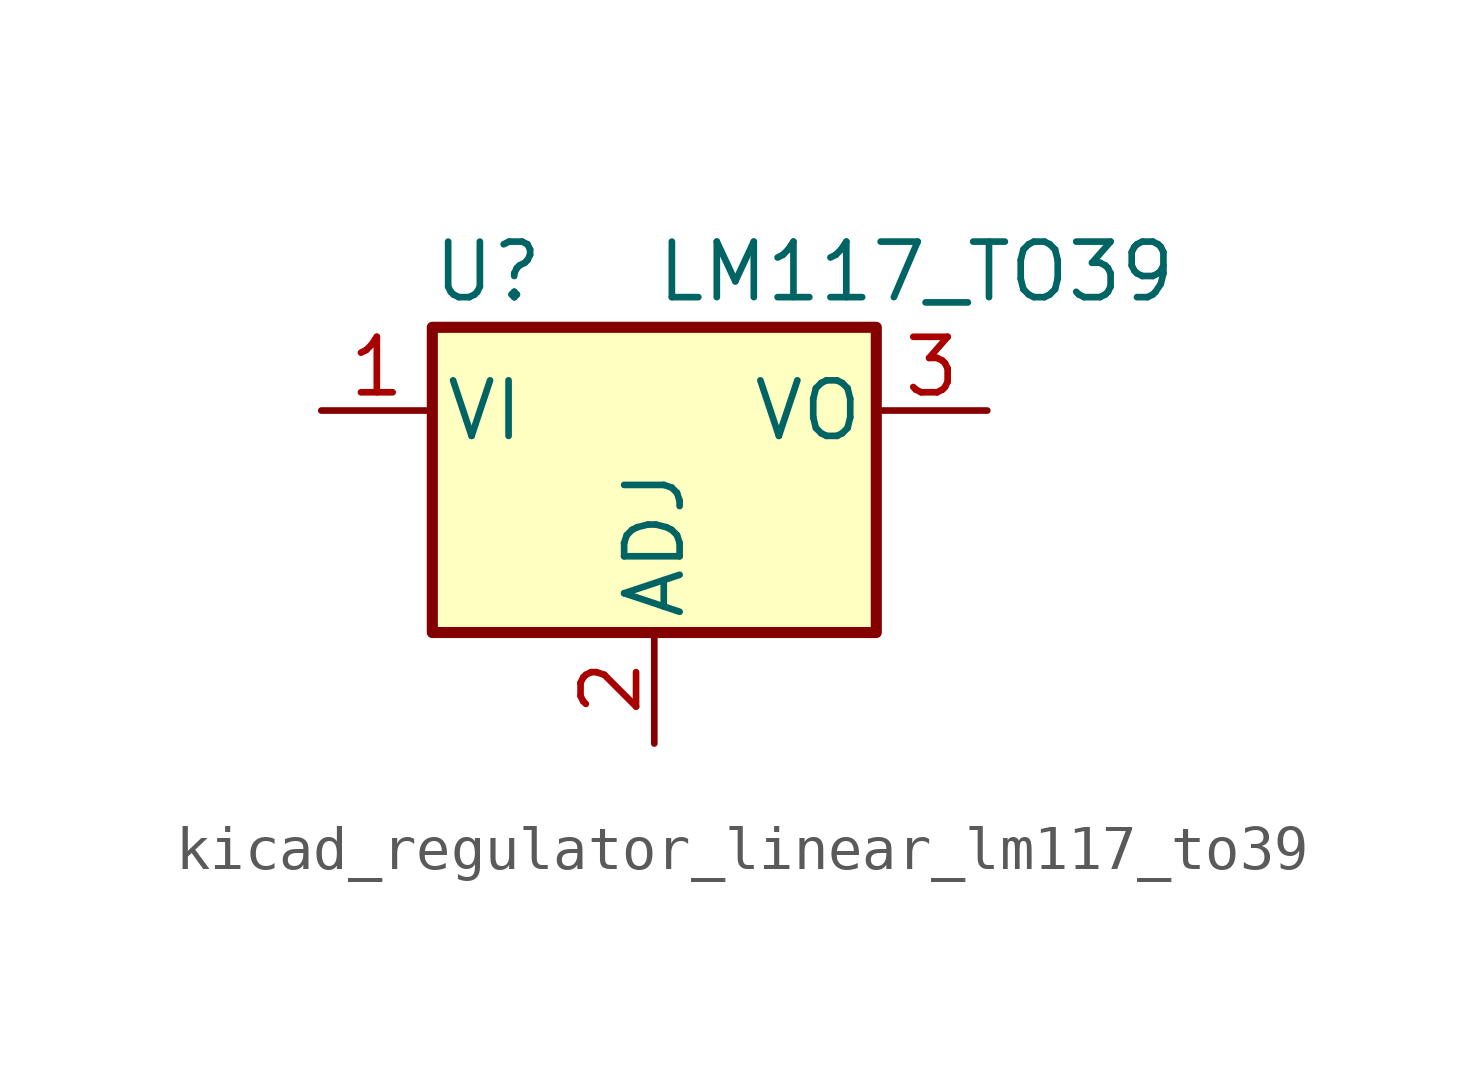
<source format=kicad_sym>
(kicad_symbol_lib
  (version 20220914)
  (generator kicad_symbol_editor)
  (symbol "kicad_regulator_linear_lm117_to39"
    (pin_names
      (offset 0.254))
    (property "Reference" "U"
      (at -3.81 3.175 0)
      (effects (font (size 1.27 1.27))))
    (property "Value" "LM117_TO39"
      (at 0 3.175 0)
      (effects (font (size 1.27 1.27)) (justify left)))
    (symbol "kicad_regulator_linear_lm117_to39_0_1"
      (rectangle (start -5.08 1.905) (end 5.08 -5.08) (stroke (width 0.254) (type default)) (fill (type background))))
    (symbol "kicad_regulator_linear_lm117_to39_1_1"
      (pin power_in line (at -7.62 0 0) (length 2.54) (name "VI" (effects (font (size 1.27 1.27)))) (number "1" (effects (font (size 1.27 1.27)))))
      (pin input line (at 0 -7.62 90) (length 2.54) (name "ADJ" (effects (font (size 1.27 1.27)))) (number "2" (effects (font (size 1.27 1.27)))))
      (pin power_out line (at 7.62 0 180) (length 2.54) (name "VO" (effects (font (size 1.27 1.27)))) (number "3" (effects (font (size 1.27 1.27))))))))
</source>
